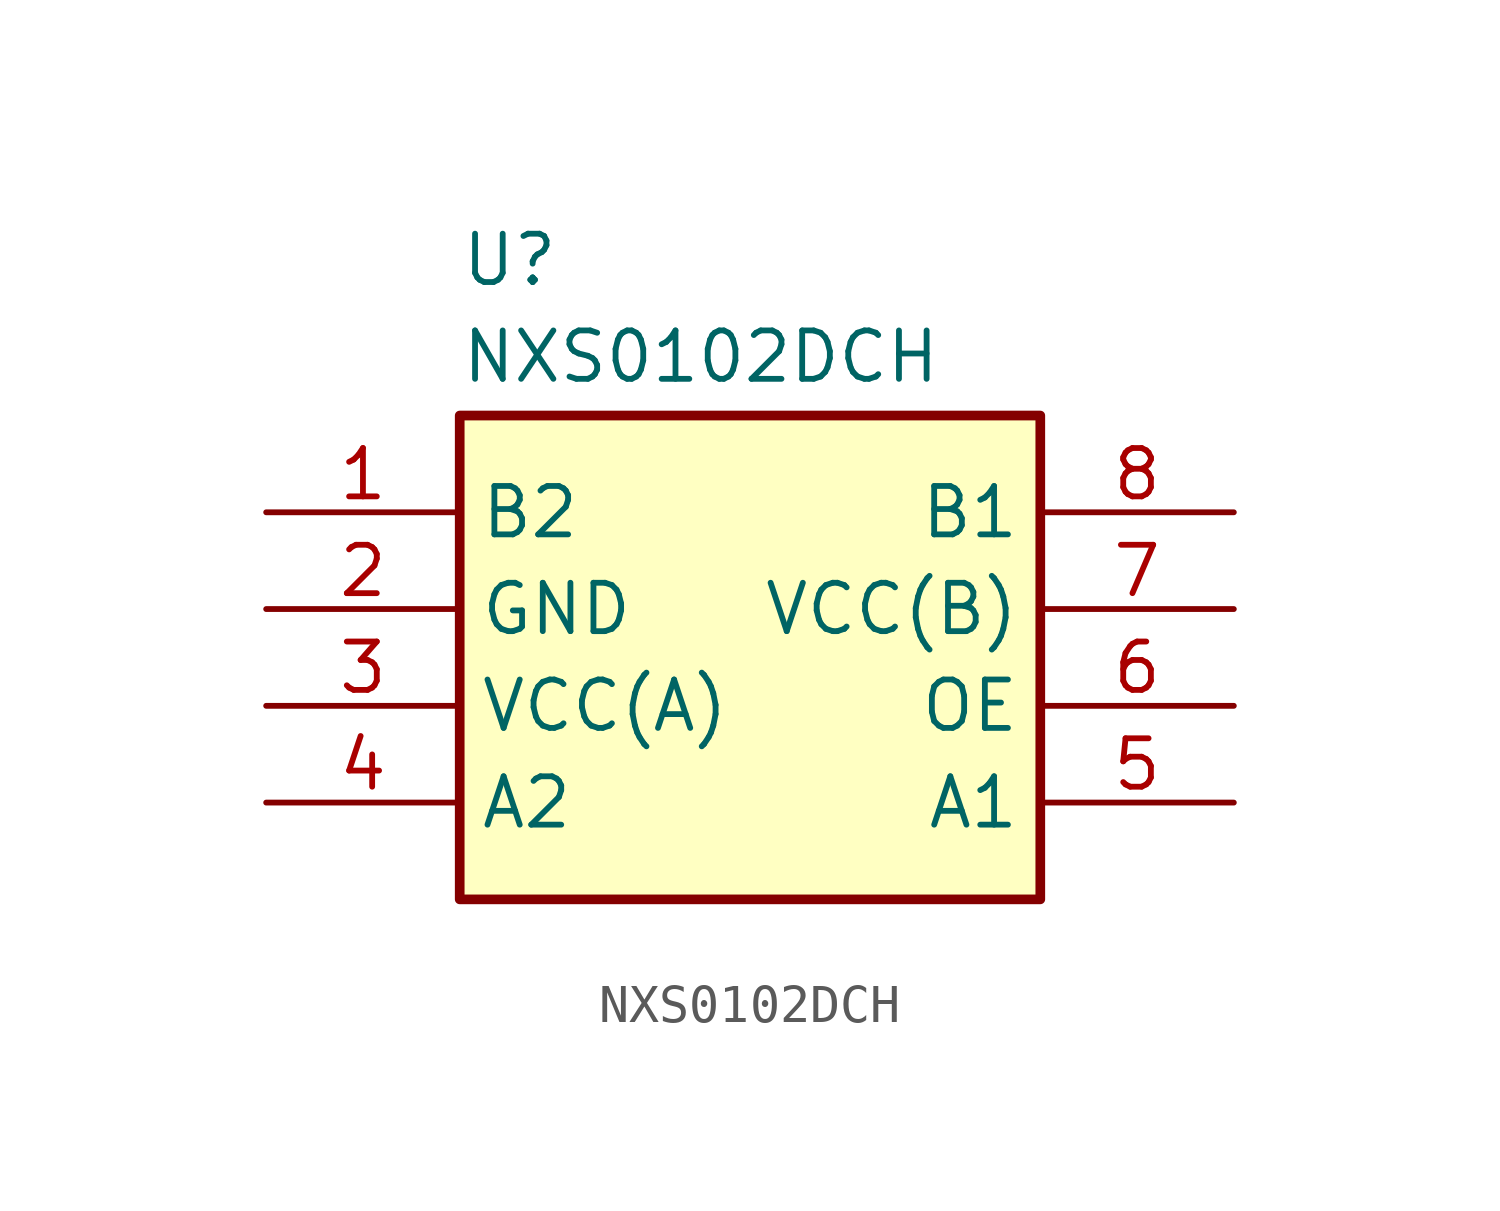
<source format=kicad_sym>
(kicad_symbol_lib
  (version 20241209)
  (generator "kicad_symbol_editor")
  (generator_version "9.0")
  (symbol "NXS0102DCH"
    (property "Reference" "U"
      (at -7.62 11.176 0)
      (effects (font (size 1.27 1.27)) (justify left top)))
    (property "Value" "NXS0102DCH"
      (at -7.62 8.636 0)
      (effects (font (size 1.27 1.27)) (justify left top)))
    (symbol "NXS0102DCH_1_1"
      (rectangle (start -7.62 6.35) (end 7.62 -6.35) (stroke (width 0.254) (type default)) (fill (type background)))
      (pin passive line (at -12.7 3.81 0) (length 5.08) (name "B2" (effects (font (size 1.27 1.27)))) (number "1" (effects (font (size 1.27 1.27)))))
      (pin passive line (at -12.7 1.27 0) (length 5.08) (name "GND" (effects (font (size 1.27 1.27)))) (number "2" (effects (font (size 1.27 1.27)))))
      (pin passive line (at -12.7 -1.27 0) (length 5.08) (name "VCC(A)" (effects (font (size 1.27 1.27)))) (number "3" (effects (font (size 1.27 1.27)))))
      (pin passive line (at -12.7 -3.81 0) (length 5.08) (name "A2" (effects (font (size 1.27 1.27)))) (number "4" (effects (font (size 1.27 1.27)))))
      (pin passive line (at 12.7 3.81 180) (length 5.08) (name "B1" (effects (font (size 1.27 1.27)))) (number "8" (effects (font (size 1.27 1.27)))))
      (pin passive line (at 12.7 1.27 180) (length 5.08) (name "VCC(B)" (effects (font (size 1.27 1.27)))) (number "7" (effects (font (size 1.27 1.27)))))
      (pin passive line (at 12.7 -1.27 180) (length 5.08) (name "OE" (effects (font (size 1.27 1.27)))) (number "6" (effects (font (size 1.27 1.27)))))
      (pin passive line (at 12.7 -3.81 180) (length 5.08) (name "A1" (effects (font (size 1.27 1.27)))) (number "5" (effects (font (size 1.27 1.27))))))))
</source>
